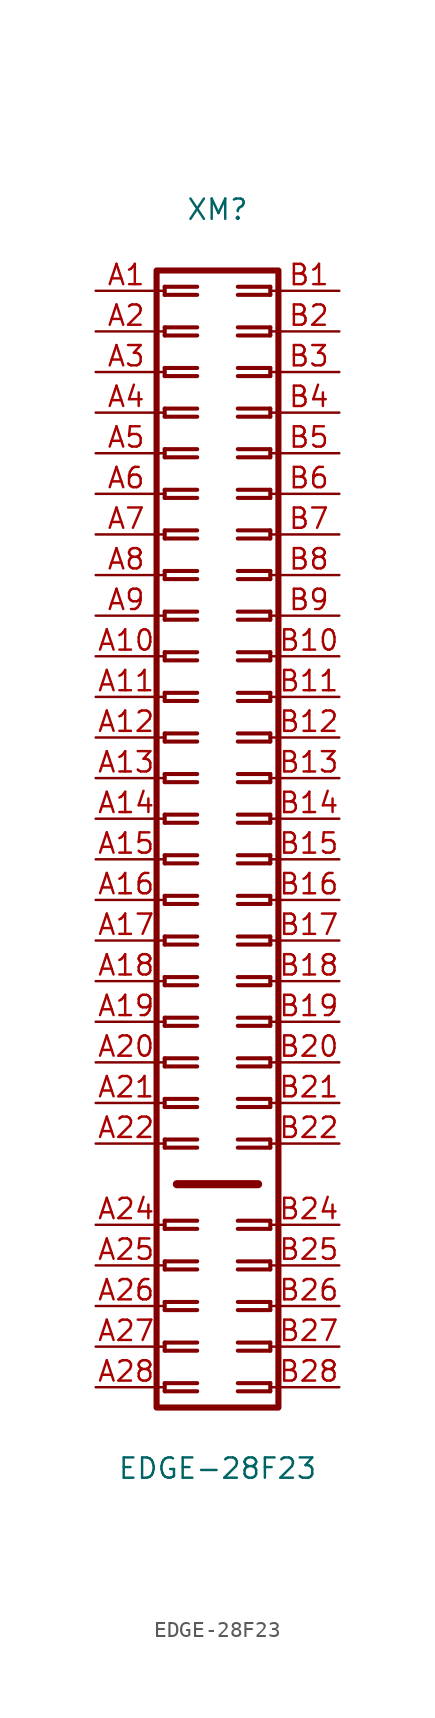
<source format=kicad_sym>
(kicad_symbol_lib
  (version 20231120)
  (generator "kicad_symbol_editor")
  (generator_version "8.0")
  (symbol "EDGE-28F23"
    (pin_names
      (offset 1.016))
    (property "Reference" "XM"
      (at 0 39.37 0)
      (effects (font (size 1.27 1.27))))
    (property "Value" "EDGE-28F23"
      (at 0 -39.37 0)
      (effects (font (size 1.27 1.27))))
    (symbol "EDGE-28F23_0_0"
      (polyline (pts (xy -2.54 -21.59) (xy 2.54 -21.59)) (stroke (width 0.508) (type default)) (fill (type none))))
    (symbol "EDGE-28F23_0_1"
      (rectangle (start -3.81 35.56) (end 3.81 -35.56) (stroke (width 0.381) (type default)) (fill (type none)))
      (polyline (pts (xy -3.81 -34.29) (xy -3.302 -34.29)) (stroke (width 0) (type default)) (fill (type none)))
      (polyline (pts (xy -3.81 -31.75) (xy -3.302 -31.75)) (stroke (width 0) (type default)) (fill (type none)))
      (polyline (pts (xy -3.81 -29.21) (xy -3.302 -29.21)) (stroke (width 0) (type default)) (fill (type none)))
      (polyline (pts (xy -3.81 -26.67) (xy -3.302 -26.67)) (stroke (width 0) (type default)) (fill (type none)))
      (polyline (pts (xy -3.81 -24.13) (xy -3.302 -24.13)) (stroke (width 0) (type default)) (fill (type none)))
      (polyline (pts (xy -3.81 -19.05) (xy -3.302 -19.05)) (stroke (width 0) (type default)) (fill (type none)))
      (polyline (pts (xy -3.81 -16.51) (xy -3.302 -16.51)) (stroke (width 0) (type default)) (fill (type none)))
      (polyline (pts (xy -3.81 -13.97) (xy -3.302 -13.97)) (stroke (width 0) (type default)) (fill (type none)))
      (polyline (pts (xy -3.81 -11.43) (xy -3.302 -11.43)) (stroke (width 0) (type default)) (fill (type none)))
      (polyline (pts (xy -3.81 -8.89) (xy -3.302 -8.89)) (stroke (width 0) (type default)) (fill (type none)))
      (polyline (pts (xy -3.81 -6.35) (xy -3.302 -6.35)) (stroke (width 0) (type default)) (fill (type none)))
      (polyline (pts (xy -3.81 -3.81) (xy -3.302 -3.81)) (stroke (width 0) (type default)) (fill (type none)))
      (polyline (pts (xy -3.81 -1.27) (xy -3.302 -1.27)) (stroke (width 0) (type default)) (fill (type none)))
      (polyline (pts (xy -3.81 1.27) (xy -3.302 1.27)) (stroke (width 0) (type default)) (fill (type none)))
      (polyline (pts (xy -3.81 3.81) (xy -3.302 3.81)) (stroke (width 0) (type default)) (fill (type none)))
      (polyline (pts (xy -3.81 6.35) (xy -3.302 6.35)) (stroke (width 0) (type default)) (fill (type none)))
      (polyline (pts (xy -3.81 8.89) (xy -3.302 8.89)) (stroke (width 0) (type default)) (fill (type none)))
      (polyline (pts (xy -3.81 11.43) (xy -3.302 11.43)) (stroke (width 0) (type default)) (fill (type none)))
      (polyline (pts (xy -3.81 13.97) (xy -3.302 13.97)) (stroke (width 0) (type default)) (fill (type none)))
      (polyline (pts (xy -3.81 16.51) (xy -3.302 16.51)) (stroke (width 0) (type default)) (fill (type none)))
      (polyline (pts (xy -3.81 19.05) (xy -3.302 19.05)) (stroke (width 0) (type default)) (fill (type none)))
      (polyline (pts (xy -3.81 21.59) (xy -3.302 21.59)) (stroke (width 0) (type default)) (fill (type none)))
      (polyline (pts (xy -3.81 24.13) (xy -3.302 24.13)) (stroke (width 0) (type default)) (fill (type none)))
      (polyline (pts (xy -3.81 26.67) (xy -3.302 26.67)) (stroke (width 0) (type default)) (fill (type none)))
      (polyline (pts (xy -3.81 29.21) (xy -3.302 29.21)) (stroke (width 0) (type default)) (fill (type none)))
      (polyline (pts (xy -3.81 31.75) (xy -3.302 31.75)) (stroke (width 0) (type default)) (fill (type none)))
      (polyline (pts (xy -3.81 34.29) (xy -3.302 34.29)) (stroke (width 0) (type default)) (fill (type none)))
      (polyline (pts (xy -3.302 -34.544) (xy -3.302 -34.036)) (stroke (width 0.254) (type default)) (fill (type none)))
      (polyline (pts (xy -3.302 -34.544) (xy -1.27 -34.544)) (stroke (width 0.254) (type default)) (fill (type none)))
      (polyline (pts (xy -3.302 -34.036) (xy -1.27 -34.036)) (stroke (width 0.254) (type default)) (fill (type none)))
      (polyline (pts (xy -3.302 -32.004) (xy -3.302 -31.496)) (stroke (width 0.254) (type default)) (fill (type none)))
      (polyline (pts (xy -3.302 -32.004) (xy -1.27 -32.004)) (stroke (width 0.254) (type default)) (fill (type none)))
      (polyline (pts (xy -3.302 -31.496) (xy -1.27 -31.496)) (stroke (width 0.254) (type default)) (fill (type none)))
      (polyline (pts (xy -3.302 -29.464) (xy -3.302 -28.956)) (stroke (width 0.254) (type default)) (fill (type none)))
      (polyline (pts (xy -3.302 -29.464) (xy -1.27 -29.464)) (stroke (width 0.254) (type default)) (fill (type none)))
      (polyline (pts (xy -3.302 -28.956) (xy -1.27 -28.956)) (stroke (width 0.254) (type default)) (fill (type none)))
      (polyline (pts (xy -3.302 -26.924) (xy -3.302 -26.416)) (stroke (width 0.254) (type default)) (fill (type none)))
      (polyline (pts (xy -3.302 -26.924) (xy -1.27 -26.924)) (stroke (width 0.254) (type default)) (fill (type none)))
      (polyline (pts (xy -3.302 -26.416) (xy -1.27 -26.416)) (stroke (width 0.254) (type default)) (fill (type none)))
      (polyline (pts (xy -3.302 -24.384) (xy -3.302 -23.876)) (stroke (width 0.254) (type default)) (fill (type none)))
      (polyline (pts (xy -3.302 -24.384) (xy -1.27 -24.384)) (stroke (width 0.254) (type default)) (fill (type none)))
      (polyline (pts (xy -3.302 -23.876) (xy -1.27 -23.876)) (stroke (width 0.254) (type default)) (fill (type none)))
      (polyline (pts (xy -3.302 -19.304) (xy -3.302 -18.796)) (stroke (width 0.254) (type default)) (fill (type none)))
      (polyline (pts (xy -3.302 -19.304) (xy -1.27 -19.304)) (stroke (width 0.254) (type default)) (fill (type none)))
      (polyline (pts (xy -3.302 -18.796) (xy -1.27 -18.796)) (stroke (width 0.254) (type default)) (fill (type none)))
      (polyline (pts (xy -3.302 -16.764) (xy -3.302 -16.256)) (stroke (width 0.254) (type default)) (fill (type none)))
      (polyline (pts (xy -3.302 -16.764) (xy -1.27 -16.764)) (stroke (width 0.254) (type default)) (fill (type none)))
      (polyline (pts (xy -3.302 -16.256) (xy -1.27 -16.256)) (stroke (width 0.254) (type default)) (fill (type none)))
      (polyline (pts (xy -3.302 -14.224) (xy -3.302 -13.716)) (stroke (width 0.254) (type default)) (fill (type none)))
      (polyline (pts (xy -3.302 -14.224) (xy -1.27 -14.224)) (stroke (width 0.254) (type default)) (fill (type none)))
      (polyline (pts (xy -3.302 -13.716) (xy -1.27 -13.716)) (stroke (width 0.254) (type default)) (fill (type none)))
      (polyline (pts (xy -3.302 -11.684) (xy -3.302 -11.176)) (stroke (width 0.254) (type default)) (fill (type none)))
      (polyline (pts (xy -3.302 -11.684) (xy -1.27 -11.684)) (stroke (width 0.254) (type default)) (fill (type none)))
      (polyline (pts (xy -3.302 -11.176) (xy -1.27 -11.176)) (stroke (width 0.254) (type default)) (fill (type none)))
      (polyline (pts (xy -3.302 -9.144) (xy -3.302 -8.636)) (stroke (width 0.254) (type default)) (fill (type none)))
      (polyline (pts (xy -3.302 -9.144) (xy -1.27 -9.144)) (stroke (width 0.254) (type default)) (fill (type none)))
      (polyline (pts (xy -3.302 -8.636) (xy -1.27 -8.636)) (stroke (width 0.254) (type default)) (fill (type none)))
      (polyline (pts (xy -3.302 -6.604) (xy -3.302 -6.096)) (stroke (width 0.254) (type default)) (fill (type none)))
      (polyline (pts (xy -3.302 -6.604) (xy -1.27 -6.604)) (stroke (width 0.254) (type default)) (fill (type none)))
      (polyline (pts (xy -3.302 -6.096) (xy -1.27 -6.096)) (stroke (width 0.254) (type default)) (fill (type none)))
      (polyline (pts (xy -3.302 -4.064) (xy -3.302 -3.556)) (stroke (width 0.254) (type default)) (fill (type none)))
      (polyline (pts (xy -3.302 -4.064) (xy -1.27 -4.064)) (stroke (width 0.254) (type default)) (fill (type none)))
      (polyline (pts (xy -3.302 -3.556) (xy -1.27 -3.556)) (stroke (width 0.254) (type default)) (fill (type none)))
      (polyline (pts (xy -3.302 -1.524) (xy -3.302 -1.016)) (stroke (width 0.254) (type default)) (fill (type none)))
      (polyline (pts (xy -3.302 -1.524) (xy -1.27 -1.524)) (stroke (width 0.254) (type default)) (fill (type none)))
      (polyline (pts (xy -3.302 -1.016) (xy -1.27 -1.016)) (stroke (width 0.254) (type default)) (fill (type none)))
      (polyline (pts (xy -3.302 1.016) (xy -3.302 1.524)) (stroke (width 0.254) (type default)) (fill (type none)))
      (polyline (pts (xy -3.302 1.016) (xy -1.27 1.016)) (stroke (width 0.254) (type default)) (fill (type none)))
      (polyline (pts (xy -3.302 1.524) (xy -1.27 1.524)) (stroke (width 0.254) (type default)) (fill (type none)))
      (polyline (pts (xy -3.302 3.556) (xy -3.302 4.064)) (stroke (width 0.254) (type default)) (fill (type none)))
      (polyline (pts (xy -3.302 3.556) (xy -1.27 3.556)) (stroke (width 0.254) (type default)) (fill (type none)))
      (polyline (pts (xy -3.302 4.064) (xy -1.27 4.064)) (stroke (width 0.254) (type default)) (fill (type none)))
      (polyline (pts (xy -3.302 6.096) (xy -3.302 6.604)) (stroke (width 0.254) (type default)) (fill (type none)))
      (polyline (pts (xy -3.302 6.096) (xy -1.27 6.096)) (stroke (width 0.254) (type default)) (fill (type none)))
      (polyline (pts (xy -3.302 6.604) (xy -1.27 6.604)) (stroke (width 0.254) (type default)) (fill (type none)))
      (polyline (pts (xy -3.302 8.636) (xy -3.302 9.144)) (stroke (width 0.254) (type default)) (fill (type none)))
      (polyline (pts (xy -3.302 8.636) (xy -1.27 8.636)) (stroke (width 0.254) (type default)) (fill (type none)))
      (polyline (pts (xy -3.302 9.144) (xy -1.27 9.144)) (stroke (width 0.254) (type default)) (fill (type none)))
      (polyline (pts (xy -3.302 11.176) (xy -3.302 11.684)) (stroke (width 0.254) (type default)) (fill (type none)))
      (polyline (pts (xy -3.302 11.176) (xy -1.27 11.176)) (stroke (width 0.254) (type default)) (fill (type none)))
      (polyline (pts (xy -3.302 11.684) (xy -1.27 11.684)) (stroke (width 0.254) (type default)) (fill (type none)))
      (polyline (pts (xy -3.302 13.716) (xy -3.302 14.224)) (stroke (width 0.254) (type default)) (fill (type none)))
      (polyline (pts (xy -3.302 13.716) (xy -1.27 13.716)) (stroke (width 0.254) (type default)) (fill (type none)))
      (polyline (pts (xy -3.302 14.224) (xy -1.27 14.224)) (stroke (width 0.254) (type default)) (fill (type none)))
      (polyline (pts (xy -3.302 16.256) (xy -3.302 16.764)) (stroke (width 0.254) (type default)) (fill (type none)))
      (polyline (pts (xy -3.302 16.256) (xy -1.27 16.256)) (stroke (width 0.254) (type default)) (fill (type none)))
      (polyline (pts (xy -3.302 16.764) (xy -1.27 16.764)) (stroke (width 0.254) (type default)) (fill (type none)))
      (polyline (pts (xy -3.302 18.796) (xy -3.302 19.304)) (stroke (width 0.254) (type default)) (fill (type none)))
      (polyline (pts (xy -3.302 18.796) (xy -1.27 18.796)) (stroke (width 0.254) (type default)) (fill (type none)))
      (polyline (pts (xy -3.302 19.304) (xy -1.27 19.304)) (stroke (width 0.254) (type default)) (fill (type none)))
      (polyline (pts (xy -3.302 21.336) (xy -3.302 21.844)) (stroke (width 0.254) (type default)) (fill (type none)))
      (polyline (pts (xy -3.302 21.336) (xy -1.27 21.336)) (stroke (width 0.254) (type default)) (fill (type none)))
      (polyline (pts (xy -3.302 21.844) (xy -1.27 21.844)) (stroke (width 0.254) (type default)) (fill (type none)))
      (polyline (pts (xy -3.302 23.876) (xy -3.302 24.384)) (stroke (width 0.254) (type default)) (fill (type none)))
      (polyline (pts (xy -3.302 23.876) (xy -1.27 23.876)) (stroke (width 0.254) (type default)) (fill (type none)))
      (polyline (pts (xy -3.302 24.384) (xy -1.27 24.384)) (stroke (width 0.254) (type default)) (fill (type none)))
      (polyline (pts (xy -3.302 26.416) (xy -3.302 26.924)) (stroke (width 0.254) (type default)) (fill (type none)))
      (polyline (pts (xy -3.302 26.416) (xy -1.27 26.416)) (stroke (width 0.254) (type default)) (fill (type none)))
      (polyline (pts (xy -3.302 26.924) (xy -1.27 26.924)) (stroke (width 0.254) (type default)) (fill (type none)))
      (polyline (pts (xy -3.302 28.956) (xy -3.302 29.464)) (stroke (width 0.254) (type default)) (fill (type none)))
      (polyline (pts (xy -3.302 28.956) (xy -1.27 28.956)) (stroke (width 0.254) (type default)) (fill (type none)))
      (polyline (pts (xy -3.302 29.464) (xy -1.27 29.464)) (stroke (width 0.254) (type default)) (fill (type none)))
      (polyline (pts (xy -3.302 31.496) (xy -3.302 32.004)) (stroke (width 0.254) (type default)) (fill (type none)))
      (polyline (pts (xy -3.302 31.496) (xy -1.27 31.496)) (stroke (width 0.254) (type default)) (fill (type none)))
      (polyline (pts (xy -3.302 32.004) (xy -1.27 32.004)) (stroke (width 0.254) (type default)) (fill (type none)))
      (polyline (pts (xy -3.302 34.036) (xy -3.302 34.544)) (stroke (width 0.254) (type default)) (fill (type none)))
      (polyline (pts (xy -3.302 34.036) (xy -1.27 34.036)) (stroke (width 0.254) (type default)) (fill (type none)))
      (polyline (pts (xy -3.302 34.544) (xy -1.27 34.544)) (stroke (width 0.254) (type default)) (fill (type none)))
      (polyline (pts (xy 3.302 -34.544) (xy 1.27 -34.544)) (stroke (width 0.254) (type default)) (fill (type none)))
      (polyline (pts (xy 3.302 -34.544) (xy 3.302 -34.036)) (stroke (width 0.254) (type default)) (fill (type none)))
      (polyline (pts (xy 3.302 -34.036) (xy 1.27 -34.036)) (stroke (width 0.254) (type default)) (fill (type none)))
      (polyline (pts (xy 3.302 -32.004) (xy 1.27 -32.004)) (stroke (width 0.254) (type default)) (fill (type none)))
      (polyline (pts (xy 3.302 -32.004) (xy 3.302 -31.496)) (stroke (width 0.254) (type default)) (fill (type none)))
      (polyline (pts (xy 3.302 -31.496) (xy 1.27 -31.496)) (stroke (width 0.254) (type default)) (fill (type none)))
      (polyline (pts (xy 3.302 -29.464) (xy 1.27 -29.464)) (stroke (width 0.254) (type default)) (fill (type none)))
      (polyline (pts (xy 3.302 -29.464) (xy 3.302 -28.956)) (stroke (width 0.254) (type default)) (fill (type none)))
      (polyline (pts (xy 3.302 -28.956) (xy 1.27 -28.956)) (stroke (width 0.254) (type default)) (fill (type none)))
      (polyline (pts (xy 3.302 -26.924) (xy 1.27 -26.924)) (stroke (width 0.254) (type default)) (fill (type none)))
      (polyline (pts (xy 3.302 -26.924) (xy 3.302 -26.416)) (stroke (width 0.254) (type default)) (fill (type none)))
      (polyline (pts (xy 3.302 -26.416) (xy 1.27 -26.416)) (stroke (width 0.254) (type default)) (fill (type none)))
      (polyline (pts (xy 3.302 -24.384) (xy 1.27 -24.384)) (stroke (width 0.254) (type default)) (fill (type none)))
      (polyline (pts (xy 3.302 -24.384) (xy 3.302 -23.876)) (stroke (width 0.254) (type default)) (fill (type none)))
      (polyline (pts (xy 3.302 -23.876) (xy 1.27 -23.876)) (stroke (width 0.254) (type default)) (fill (type none)))
      (polyline (pts (xy 3.302 -19.304) (xy 1.27 -19.304)) (stroke (width 0.254) (type default)) (fill (type none)))
      (polyline (pts (xy 3.302 -19.304) (xy 3.302 -18.796)) (stroke (width 0.254) (type default)) (fill (type none)))
      (polyline (pts (xy 3.302 -18.796) (xy 1.27 -18.796)) (stroke (width 0.254) (type default)) (fill (type none)))
      (polyline (pts (xy 3.302 -16.764) (xy 1.27 -16.764)) (stroke (width 0.254) (type default)) (fill (type none)))
      (polyline (pts (xy 3.302 -16.764) (xy 3.302 -16.256)) (stroke (width 0.254) (type default)) (fill (type none)))
      (polyline (pts (xy 3.302 -16.256) (xy 1.27 -16.256)) (stroke (width 0.254) (type default)) (fill (type none)))
      (polyline (pts (xy 3.302 -14.224) (xy 1.27 -14.224)) (stroke (width 0.254) (type default)) (fill (type none)))
      (polyline (pts (xy 3.302 -14.224) (xy 3.302 -13.716)) (stroke (width 0.254) (type default)) (fill (type none)))
      (polyline (pts (xy 3.302 -13.716) (xy 1.27 -13.716)) (stroke (width 0.254) (type default)) (fill (type none)))
      (polyline (pts (xy 3.302 -11.684) (xy 1.27 -11.684)) (stroke (width 0.254) (type default)) (fill (type none)))
      (polyline (pts (xy 3.302 -11.684) (xy 3.302 -11.176)) (stroke (width 0.254) (type default)) (fill (type none)))
      (polyline (pts (xy 3.302 -11.176) (xy 1.27 -11.176)) (stroke (width 0.254) (type default)) (fill (type none)))
      (polyline (pts (xy 3.302 -9.144) (xy 1.27 -9.144)) (stroke (width 0.254) (type default)) (fill (type none)))
      (polyline (pts (xy 3.302 -9.144) (xy 3.302 -8.636)) (stroke (width 0.254) (type default)) (fill (type none)))
      (polyline (pts (xy 3.302 -8.636) (xy 1.27 -8.636)) (stroke (width 0.254) (type default)) (fill (type none)))
      (polyline (pts (xy 3.302 -6.604) (xy 1.27 -6.604)) (stroke (width 0.254) (type default)) (fill (type none)))
      (polyline (pts (xy 3.302 -6.604) (xy 3.302 -6.096)) (stroke (width 0.254) (type default)) (fill (type none)))
      (polyline (pts (xy 3.302 -6.096) (xy 1.27 -6.096)) (stroke (width 0.254) (type default)) (fill (type none)))
      (polyline (pts (xy 3.302 -4.064) (xy 1.27 -4.064)) (stroke (width 0.254) (type default)) (fill (type none)))
      (polyline (pts (xy 3.302 -4.064) (xy 3.302 -3.556)) (stroke (width 0.254) (type default)) (fill (type none)))
      (polyline (pts (xy 3.302 -3.556) (xy 1.27 -3.556)) (stroke (width 0.254) (type default)) (fill (type none)))
      (polyline (pts (xy 3.302 -1.524) (xy 1.27 -1.524)) (stroke (width 0.254) (type default)) (fill (type none)))
      (polyline (pts (xy 3.302 -1.524) (xy 3.302 -1.016)) (stroke (width 0.254) (type default)) (fill (type none)))
      (polyline (pts (xy 3.302 -1.016) (xy 1.27 -1.016)) (stroke (width 0.254) (type default)) (fill (type none)))
      (polyline (pts (xy 3.302 1.016) (xy 1.27 1.016)) (stroke (width 0.254) (type default)) (fill (type none)))
      (polyline (pts (xy 3.302 1.016) (xy 3.302 1.524)) (stroke (width 0.254) (type default)) (fill (type none)))
      (polyline (pts (xy 3.302 1.524) (xy 1.27 1.524)) (stroke (width 0.254) (type default)) (fill (type none)))
      (polyline (pts (xy 3.302 3.556) (xy 1.27 3.556)) (stroke (width 0.254) (type default)) (fill (type none)))
      (polyline (pts (xy 3.302 3.556) (xy 3.302 4.064)) (stroke (width 0.254) (type default)) (fill (type none)))
      (polyline (pts (xy 3.302 4.064) (xy 1.27 4.064)) (stroke (width 0.254) (type default)) (fill (type none)))
      (polyline (pts (xy 3.302 6.096) (xy 1.27 6.096)) (stroke (width 0.254) (type default)) (fill (type none)))
      (polyline (pts (xy 3.302 6.096) (xy 3.302 6.604)) (stroke (width 0.254) (type default)) (fill (type none)))
      (polyline (pts (xy 3.302 6.604) (xy 1.27 6.604)) (stroke (width 0.254) (type default)) (fill (type none)))
      (polyline (pts (xy 3.302 8.636) (xy 1.27 8.636)) (stroke (width 0.254) (type default)) (fill (type none)))
      (polyline (pts (xy 3.302 8.636) (xy 3.302 9.144)) (stroke (width 0.254) (type default)) (fill (type none)))
      (polyline (pts (xy 3.302 9.144) (xy 1.27 9.144)) (stroke (width 0.254) (type default)) (fill (type none)))
      (polyline (pts (xy 3.302 11.176) (xy 1.27 11.176)) (stroke (width 0.254) (type default)) (fill (type none)))
      (polyline (pts (xy 3.302 11.176) (xy 3.302 11.684)) (stroke (width 0.254) (type default)) (fill (type none)))
      (polyline (pts (xy 3.302 11.684) (xy 1.27 11.684)) (stroke (width 0.254) (type default)) (fill (type none)))
      (polyline (pts (xy 3.302 13.716) (xy 1.27 13.716)) (stroke (width 0.254) (type default)) (fill (type none)))
      (polyline (pts (xy 3.302 13.716) (xy 3.302 14.224)) (stroke (width 0.254) (type default)) (fill (type none)))
      (polyline (pts (xy 3.302 14.224) (xy 1.27 14.224)) (stroke (width 0.254) (type default)) (fill (type none)))
      (polyline (pts (xy 3.302 16.256) (xy 1.27 16.256)) (stroke (width 0.254) (type default)) (fill (type none)))
      (polyline (pts (xy 3.302 16.256) (xy 3.302 16.764)) (stroke (width 0.254) (type default)) (fill (type none)))
      (polyline (pts (xy 3.302 16.764) (xy 1.27 16.764)) (stroke (width 0.254) (type default)) (fill (type none)))
      (polyline (pts (xy 3.302 18.796) (xy 1.27 18.796)) (stroke (width 0.254) (type default)) (fill (type none)))
      (polyline (pts (xy 3.302 18.796) (xy 3.302 19.304)) (stroke (width 0.254) (type default)) (fill (type none)))
      (polyline (pts (xy 3.302 19.304) (xy 1.27 19.304)) (stroke (width 0.254) (type default)) (fill (type none)))
      (polyline (pts (xy 3.302 21.336) (xy 1.27 21.336)) (stroke (width 0.254) (type default)) (fill (type none)))
      (polyline (pts (xy 3.302 21.336) (xy 3.302 21.844)) (stroke (width 0.254) (type default)) (fill (type none)))
      (polyline (pts (xy 3.302 21.844) (xy 1.27 21.844)) (stroke (width 0.254) (type default)) (fill (type none)))
      (polyline (pts (xy 3.302 23.876) (xy 1.27 23.876)) (stroke (width 0.254) (type default)) (fill (type none)))
      (polyline (pts (xy 3.302 23.876) (xy 3.302 24.384)) (stroke (width 0.254) (type default)) (fill (type none)))
      (polyline (pts (xy 3.302 24.384) (xy 1.27 24.384)) (stroke (width 0.254) (type default)) (fill (type none)))
      (polyline (pts (xy 3.302 26.416) (xy 1.27 26.416)) (stroke (width 0.254) (type default)) (fill (type none)))
      (polyline (pts (xy 3.302 26.416) (xy 3.302 26.924)) (stroke (width 0.254) (type default)) (fill (type none)))
      (polyline (pts (xy 3.302 26.924) (xy 1.27 26.924)) (stroke (width 0.254) (type default)) (fill (type none)))
      (polyline (pts (xy 3.302 28.956) (xy 1.27 28.956)) (stroke (width 0.254) (type default)) (fill (type none)))
      (polyline (pts (xy 3.302 28.956) (xy 3.302 29.464)) (stroke (width 0.254) (type default)) (fill (type none)))
      (polyline (pts (xy 3.302 29.464) (xy 1.27 29.464)) (stroke (width 0.254) (type default)) (fill (type none)))
      (polyline (pts (xy 3.302 31.496) (xy 1.27 31.496)) (stroke (width 0.254) (type default)) (fill (type none)))
      (polyline (pts (xy 3.302 31.496) (xy 3.302 32.004)) (stroke (width 0.254) (type default)) (fill (type none)))
      (polyline (pts (xy 3.302 32.004) (xy 1.27 32.004)) (stroke (width 0.254) (type default)) (fill (type none)))
      (polyline (pts (xy 3.302 34.036) (xy 1.27 34.036)) (stroke (width 0.254) (type default)) (fill (type none)))
      (polyline (pts (xy 3.302 34.036) (xy 3.302 34.544)) (stroke (width 0.254) (type default)) (fill (type none)))
      (polyline (pts (xy 3.302 34.544) (xy 1.27 34.544)) (stroke (width 0.254) (type default)) (fill (type none)))
      (polyline (pts (xy 3.81 -34.29) (xy 3.302 -34.29)) (stroke (width 0) (type default)) (fill (type none)))
      (polyline (pts (xy 3.81 -31.75) (xy 3.302 -31.75)) (stroke (width 0) (type default)) (fill (type none)))
      (polyline (pts (xy 3.81 -29.21) (xy 3.302 -29.21)) (stroke (width 0) (type default)) (fill (type none)))
      (polyline (pts (xy 3.81 -26.67) (xy 3.302 -26.67)) (stroke (width 0) (type default)) (fill (type none)))
      (polyline (pts (xy 3.81 -24.13) (xy 3.302 -24.13)) (stroke (width 0) (type default)) (fill (type none)))
      (polyline (pts (xy 3.81 -19.05) (xy 3.302 -19.05)) (stroke (width 0) (type default)) (fill (type none)))
      (polyline (pts (xy 3.81 -16.51) (xy 3.302 -16.51)) (stroke (width 0) (type default)) (fill (type none)))
      (polyline (pts (xy 3.81 -13.97) (xy 3.302 -13.97)) (stroke (width 0) (type default)) (fill (type none)))
      (polyline (pts (xy 3.81 -11.43) (xy 3.302 -11.43)) (stroke (width 0) (type default)) (fill (type none)))
      (polyline (pts (xy 3.81 -8.89) (xy 3.302 -8.89)) (stroke (width 0) (type default)) (fill (type none)))
      (polyline (pts (xy 3.81 -6.35) (xy 3.302 -6.35)) (stroke (width 0) (type default)) (fill (type none)))
      (polyline (pts (xy 3.81 -3.81) (xy 3.302 -3.81)) (stroke (width 0) (type default)) (fill (type none)))
      (polyline (pts (xy 3.81 -1.27) (xy 3.302 -1.27)) (stroke (width 0) (type default)) (fill (type none)))
      (polyline (pts (xy 3.81 1.27) (xy 3.302 1.27)) (stroke (width 0) (type default)) (fill (type none)))
      (polyline (pts (xy 3.81 3.81) (xy 3.302 3.81)) (stroke (width 0) (type default)) (fill (type none)))
      (polyline (pts (xy 3.81 6.35) (xy 3.302 6.35)) (stroke (width 0) (type default)) (fill (type none)))
      (polyline (pts (xy 3.81 8.89) (xy 3.302 8.89)) (stroke (width 0) (type default)) (fill (type none)))
      (polyline (pts (xy 3.81 11.43) (xy 3.302 11.43)) (stroke (width 0) (type default)) (fill (type none)))
      (polyline (pts (xy 3.81 13.97) (xy 3.302 13.97)) (stroke (width 0) (type default)) (fill (type none)))
      (polyline (pts (xy 3.81 16.51) (xy 3.302 16.51)) (stroke (width 0) (type default)) (fill (type none)))
      (polyline (pts (xy 3.81 19.05) (xy 3.302 19.05)) (stroke (width 0) (type default)) (fill (type none)))
      (polyline (pts (xy 3.81 21.59) (xy 3.302 21.59)) (stroke (width 0) (type default)) (fill (type none)))
      (polyline (pts (xy 3.81 24.13) (xy 3.302 24.13)) (stroke (width 0) (type default)) (fill (type none)))
      (polyline (pts (xy 3.81 26.67) (xy 3.302 26.67)) (stroke (width 0) (type default)) (fill (type none)))
      (polyline (pts (xy 3.81 29.21) (xy 3.302 29.21)) (stroke (width 0) (type default)) (fill (type none)))
      (polyline (pts (xy 3.81 31.75) (xy 3.302 31.75)) (stroke (width 0) (type default)) (fill (type none)))
      (polyline (pts (xy 3.81 34.29) (xy 3.302 34.29)) (stroke (width 0) (type default)) (fill (type none))))
    (symbol "EDGE-28F23_1_1"
      (pin passive line (at -7.62 34.29 0) (length 3.81) (name "~" (effects (font (size 1.27 1.27)))) (number "A1" (effects (font (size 1.27 1.27)))))
      (pin passive line (at -7.62 11.43 0) (length 3.81) (name "~" (effects (font (size 1.27 1.27)))) (number "A10" (effects (font (size 1.27 1.27)))))
      (pin passive line (at -7.62 8.89 0) (length 3.81) (name "~" (effects (font (size 1.27 1.27)))) (number "A11" (effects (font (size 1.27 1.27)))))
      (pin passive line (at -7.62 6.35 0) (length 3.81) (name "~" (effects (font (size 1.27 1.27)))) (number "A12" (effects (font (size 1.27 1.27)))))
      (pin passive line (at -7.62 3.81 0) (length 3.81) (name "~" (effects (font (size 1.27 1.27)))) (number "A13" (effects (font (size 1.27 1.27)))))
      (pin passive line (at -7.62 1.27 0) (length 3.81) (name "~" (effects (font (size 1.27 1.27)))) (number "A14" (effects (font (size 1.27 1.27)))))
      (pin passive line (at -7.62 -1.27 0) (length 3.81) (name "~" (effects (font (size 1.27 1.27)))) (number "A15" (effects (font (size 1.27 1.27)))))
      (pin passive line (at -7.62 -3.81 0) (length 3.81) (name "~" (effects (font (size 1.27 1.27)))) (number "A16" (effects (font (size 1.27 1.27)))))
      (pin passive line (at -7.62 -6.35 0) (length 3.81) (name "~" (effects (font (size 1.27 1.27)))) (number "A17" (effects (font (size 1.27 1.27)))))
      (pin passive line (at -7.62 -8.89 0) (length 3.81) (name "~" (effects (font (size 1.27 1.27)))) (number "A18" (effects (font (size 1.27 1.27)))))
      (pin passive line (at -7.62 -11.43 0) (length 3.81) (name "~" (effects (font (size 1.27 1.27)))) (number "A19" (effects (font (size 1.27 1.27)))))
      (pin passive line (at -7.62 31.75 0) (length 3.81) (name "~" (effects (font (size 1.27 1.27)))) (number "A2" (effects (font (size 1.27 1.27)))))
      (pin passive line (at -7.62 -13.97 0) (length 3.81) (name "~" (effects (font (size 1.27 1.27)))) (number "A20" (effects (font (size 1.27 1.27)))))
      (pin passive line (at -7.62 -16.51 0) (length 3.81) (name "~" (effects (font (size 1.27 1.27)))) (number "A21" (effects (font (size 1.27 1.27)))))
      (pin passive line (at -7.62 -19.05 0) (length 3.81) (name "~" (effects (font (size 1.27 1.27)))) (number "A22" (effects (font (size 1.27 1.27)))))
      (pin passive line (at -7.62 -24.13 0) (length 3.81) (name "~" (effects (font (size 1.27 1.27)))) (number "A24" (effects (font (size 1.27 1.27)))))
      (pin passive line (at -7.62 -26.67 0) (length 3.81) (name "~" (effects (font (size 1.27 1.27)))) (number "A25" (effects (font (size 1.27 1.27)))))
      (pin passive line (at -7.62 -29.21 0) (length 3.81) (name "~" (effects (font (size 1.27 1.27)))) (number "A26" (effects (font (size 1.27 1.27)))))
      (pin passive line (at -7.62 -31.75 0) (length 3.81) (name "~" (effects (font (size 1.27 1.27)))) (number "A27" (effects (font (size 1.27 1.27)))))
      (pin passive line (at -7.62 -34.29 0) (length 3.81) (name "~" (effects (font (size 1.27 1.27)))) (number "A28" (effects (font (size 1.27 1.27)))))
      (pin passive line (at -7.62 29.21 0) (length 3.81) (name "~" (effects (font (size 1.27 1.27)))) (number "A3" (effects (font (size 1.27 1.27)))))
      (pin passive line (at -7.62 26.67 0) (length 3.81) (name "~" (effects (font (size 1.27 1.27)))) (number "A4" (effects (font (size 1.27 1.27)))))
      (pin passive line (at -7.62 24.13 0) (length 3.81) (name "~" (effects (font (size 1.27 1.27)))) (number "A5" (effects (font (size 1.27 1.27)))))
      (pin passive line (at -7.62 21.59 0) (length 3.81) (name "~" (effects (font (size 1.27 1.27)))) (number "A6" (effects (font (size 1.27 1.27)))))
      (pin passive line (at -7.62 19.05 0) (length 3.81) (name "~" (effects (font (size 1.27 1.27)))) (number "A7" (effects (font (size 1.27 1.27)))))
      (pin passive line (at -7.62 16.51 0) (length 3.81) (name "~" (effects (font (size 1.27 1.27)))) (number "A8" (effects (font (size 1.27 1.27)))))
      (pin passive line (at -7.62 13.97 0) (length 3.81) (name "~" (effects (font (size 1.27 1.27)))) (number "A9" (effects (font (size 1.27 1.27)))))
      (pin passive line (at 7.62 34.29 180) (length 3.81) (name "~" (effects (font (size 1.27 1.27)))) (number "B1" (effects (font (size 1.27 1.27)))))
      (pin passive line (at 7.62 11.43 180) (length 3.81) (name "~" (effects (font (size 1.27 1.27)))) (number "B10" (effects (font (size 1.27 1.27)))))
      (pin passive line (at 7.62 8.89 180) (length 3.81) (name "~" (effects (font (size 1.27 1.27)))) (number "B11" (effects (font (size 1.27 1.27)))))
      (pin passive line (at 7.62 6.35 180) (length 3.81) (name "~" (effects (font (size 1.27 1.27)))) (number "B12" (effects (font (size 1.27 1.27)))))
      (pin passive line (at 7.62 3.81 180) (length 3.81) (name "~" (effects (font (size 1.27 1.27)))) (number "B13" (effects (font (size 1.27 1.27)))))
      (pin passive line (at 7.62 1.27 180) (length 3.81) (name "~" (effects (font (size 1.27 1.27)))) (number "B14" (effects (font (size 1.27 1.27)))))
      (pin passive line (at 7.62 -1.27 180) (length 3.81) (name "~" (effects (font (size 1.27 1.27)))) (number "B15" (effects (font (size 1.27 1.27)))))
      (pin passive line (at 7.62 -3.81 180) (length 3.81) (name "~" (effects (font (size 1.27 1.27)))) (number "B16" (effects (font (size 1.27 1.27)))))
      (pin passive line (at 7.62 -6.35 180) (length 3.81) (name "~" (effects (font (size 1.27 1.27)))) (number "B17" (effects (font (size 1.27 1.27)))))
      (pin passive line (at 7.62 -8.89 180) (length 3.81) (name "~" (effects (font (size 1.27 1.27)))) (number "B18" (effects (font (size 1.27 1.27)))))
      (pin passive line (at 7.62 -11.43 180) (length 3.81) (name "~" (effects (font (size 1.27 1.27)))) (number "B19" (effects (font (size 1.27 1.27)))))
      (pin passive line (at 7.62 31.75 180) (length 3.81) (name "~" (effects (font (size 1.27 1.27)))) (number "B2" (effects (font (size 1.27 1.27)))))
      (pin passive line (at 7.62 -13.97 180) (length 3.81) (name "~" (effects (font (size 1.27 1.27)))) (number "B20" (effects (font (size 1.27 1.27)))))
      (pin passive line (at 7.62 -16.51 180) (length 3.81) (name "~" (effects (font (size 1.27 1.27)))) (number "B21" (effects (font (size 1.27 1.27)))))
      (pin passive line (at 7.62 -19.05 180) (length 3.81) (name "~" (effects (font (size 1.27 1.27)))) (number "B22" (effects (font (size 1.27 1.27)))))
      (pin passive line (at 7.62 -24.13 180) (length 3.81) (name "~" (effects (font (size 1.27 1.27)))) (number "B24" (effects (font (size 1.27 1.27)))))
      (pin passive line (at 7.62 -26.67 180) (length 3.81) (name "~" (effects (font (size 1.27 1.27)))) (number "B25" (effects (font (size 1.27 1.27)))))
      (pin passive line (at 7.62 -29.21 180) (length 3.81) (name "~" (effects (font (size 1.27 1.27)))) (number "B26" (effects (font (size 1.27 1.27)))))
      (pin passive line (at 7.62 -31.75 180) (length 3.81) (name "~" (effects (font (size 1.27 1.27)))) (number "B27" (effects (font (size 1.27 1.27)))))
      (pin passive line (at 7.62 -34.29 180) (length 3.81) (name "~" (effects (font (size 1.27 1.27)))) (number "B28" (effects (font (size 1.27 1.27)))))
      (pin passive line (at 7.62 29.21 180) (length 3.81) (name "~" (effects (font (size 1.27 1.27)))) (number "B3" (effects (font (size 1.27 1.27)))))
      (pin passive line (at 7.62 26.67 180) (length 3.81) (name "~" (effects (font (size 1.27 1.27)))) (number "B4" (effects (font (size 1.27 1.27)))))
      (pin passive line (at 7.62 24.13 180) (length 3.81) (name "~" (effects (font (size 1.27 1.27)))) (number "B5" (effects (font (size 1.27 1.27)))))
      (pin passive line (at 7.62 21.59 180) (length 3.81) (name "~" (effects (font (size 1.27 1.27)))) (number "B6" (effects (font (size 1.27 1.27)))))
      (pin passive line (at 7.62 19.05 180) (length 3.81) (name "~" (effects (font (size 1.27 1.27)))) (number "B7" (effects (font (size 1.27 1.27)))))
      (pin passive line (at 7.62 16.51 180) (length 3.81) (name "~" (effects (font (size 1.27 1.27)))) (number "B8" (effects (font (size 1.27 1.27)))))
      (pin passive line (at 7.62 13.97 180) (length 3.81) (name "~" (effects (font (size 1.27 1.27)))) (number "B9" (effects (font (size 1.27 1.27))))))))
</source>
